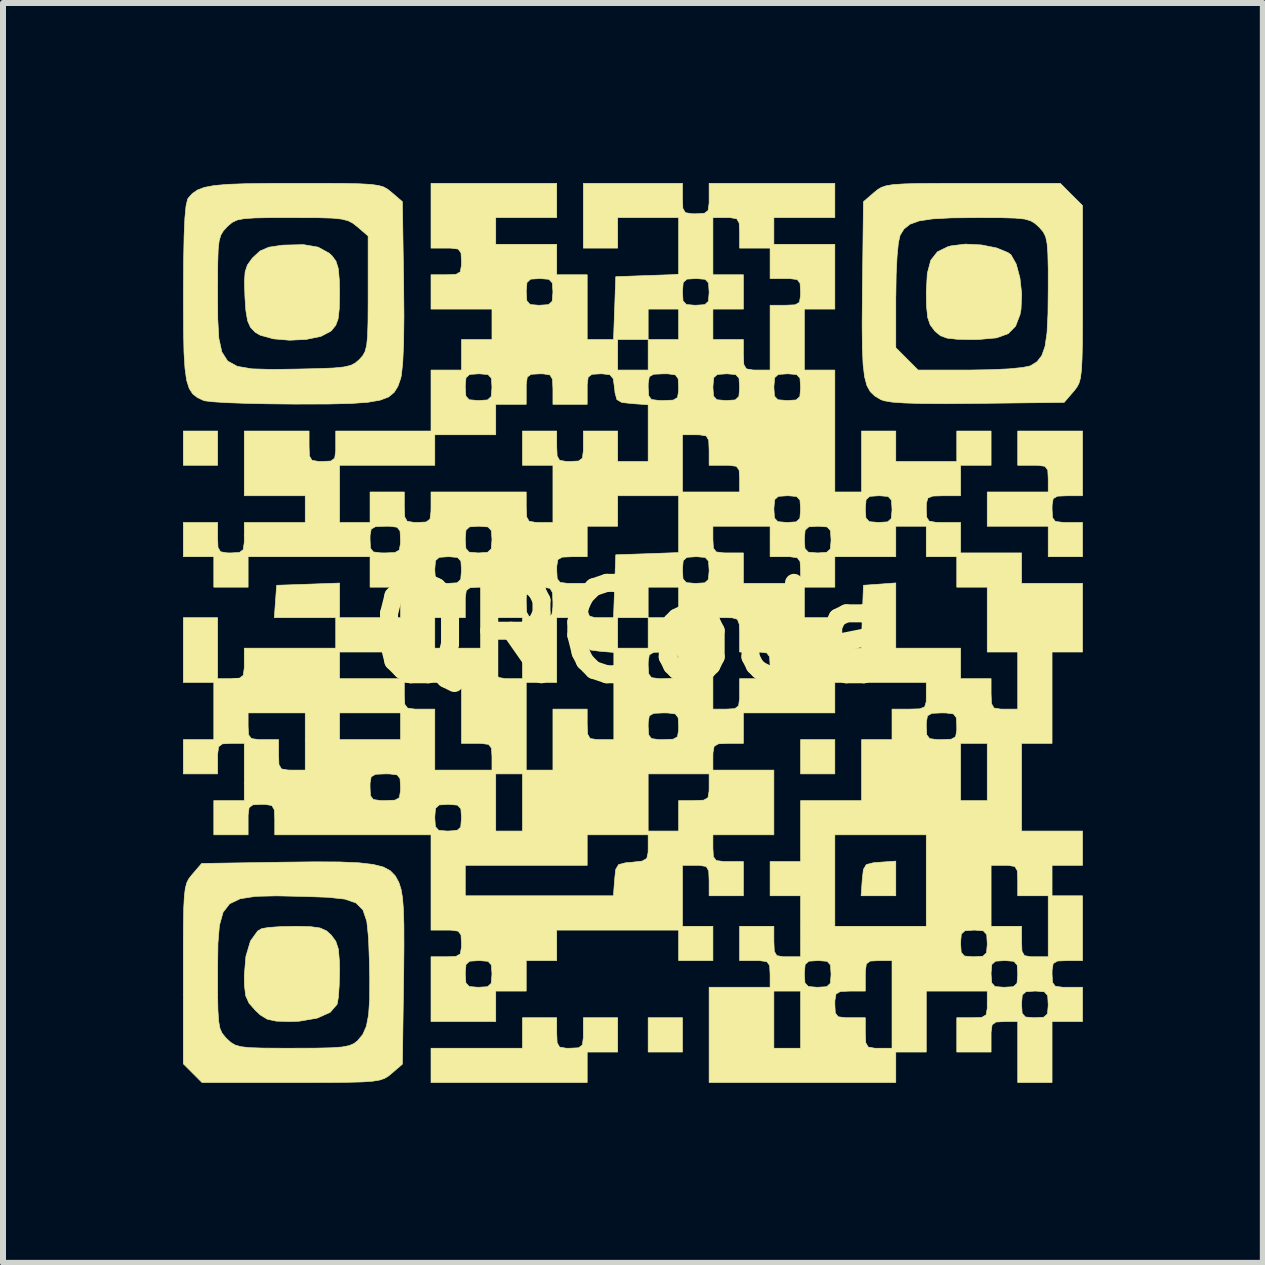
<source format=kicad_pcb>
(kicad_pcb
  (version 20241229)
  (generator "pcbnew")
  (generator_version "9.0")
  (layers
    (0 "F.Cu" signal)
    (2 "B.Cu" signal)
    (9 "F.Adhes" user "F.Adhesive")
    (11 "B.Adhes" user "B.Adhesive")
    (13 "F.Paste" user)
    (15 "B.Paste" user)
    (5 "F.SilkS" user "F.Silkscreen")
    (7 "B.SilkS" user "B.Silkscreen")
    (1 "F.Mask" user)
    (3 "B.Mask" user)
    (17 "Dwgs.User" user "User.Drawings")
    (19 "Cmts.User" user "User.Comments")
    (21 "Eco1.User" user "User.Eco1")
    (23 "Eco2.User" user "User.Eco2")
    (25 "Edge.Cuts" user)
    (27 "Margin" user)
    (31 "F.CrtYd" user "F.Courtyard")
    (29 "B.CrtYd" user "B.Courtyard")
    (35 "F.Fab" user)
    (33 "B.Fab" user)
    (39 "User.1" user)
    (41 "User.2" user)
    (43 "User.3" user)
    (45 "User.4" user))
  (footprint "QRCode"
    (layer "F.Cu")
    (at 7.498 7.498)
    (property "Reference" "QRCode" (at 0 0 0) (layer "F.SilkS") (effects (font (size 1.524 1.524) (thickness 0.3))))
    (attr through_hole)
    (fp_poly (pts (xy -6.921 -2.794) (xy -7.493 -2.794) (xy -7.493 -3.365) (xy -6.921 -3.365) (xy -6.921 -2.794)) (stroke (width 0.01) (type solid)) (fill yes) (layer "F.SilkS"))
    (fp_poly (pts (xy 0.826 6.985) (xy 0.254 6.985) (xy 0.254 6.413) (xy 0.826 6.413) (xy 0.826 6.985)) (stroke (width 0.01) (type solid)) (fill yes) (layer "F.SilkS"))
    (fp_poly (pts (xy 3.365 2.349) (xy 2.794 2.349) (xy 2.794 1.778) (xy 3.365 1.778) (xy 3.365 2.349)) (stroke (width 0.01) (type solid)) (fill yes) (layer "F.SilkS"))
    (fp_poly (pts (xy 4.381 4.381) (xy 3.803 4.381) (xy 3.822 4.112) (xy 3.841 3.942) (xy 3.889 3.861) (xy 4.004 3.831) (xy 4.112 3.822) (xy 4.381 3.803) (xy 4.381 4.381)) (stroke (width 0.01) (type solid)) (fill yes) (layer "F.SilkS"))
    (fp_poly (pts (xy -1.27 6.668) (xy -1.263 6.83) (xy -1.222 6.902) (xy -1.113 6.921) (xy -1.048 6.921) (xy -0.905 6.914) (xy -0.842 6.866) (xy -0.826 6.742) (xy -0.826 6.668) (xy -0.826 6.413) (xy -0.254 6.413) (xy -0.254 6.985) (xy -0.762 6.985) (xy -0.762 7.493) (xy -3.365 7.493) (xy -3.365 6.921) (xy -1.841 6.921) (xy -1.841 6.413) (xy -1.27 6.413) (xy -1.27 6.668)) (stroke (width 0.01) (type solid)) (fill yes) (layer "F.SilkS"))
    (fp_poly (pts (xy 7.493 -2.286) (xy 7.239 -2.286) (xy 7.076 -2.279) (xy 7.004 -2.238) (xy 6.986 -2.129) (xy 6.985 -2.064) (xy 6.993 -1.921) (xy 7.04 -1.858) (xy 7.164 -1.842) (xy 7.239 -1.841) (xy 7.493 -1.841) (xy 7.493 -1.27) (xy 6.921 -1.27) (xy 6.921 -1.778) (xy 5.905 -1.778) (xy 5.905 -2.349) (xy 6.921 -2.349) (xy 6.921 -2.572) (xy 6.914 -2.714) (xy 6.866 -2.777) (xy 6.742 -2.794) (xy 6.668 -2.794) (xy 6.413 -2.794) (xy 6.413 -3.365) (xy 7.493 -3.365) (xy 7.493 -2.286)) (stroke (width 0.01) (type solid)) (fill yes) (layer "F.SilkS"))
    (fp_poly (pts (xy 5.809 -6.466) (xy 6.061 -6.416) (xy 6.251 -6.338) (xy 6.301 -6.301) (xy 6.388 -6.147) (xy 6.45 -5.915) (xy 6.479 -5.648) (xy 6.468 -5.393) (xy 6.451 -5.304) (xy 6.377 -5.112) (xy 6.254 -4.987) (xy 6.059 -4.917) (xy 5.769 -4.891) (xy 5.663 -4.889) (xy 5.403 -4.894) (xy 5.235 -4.913) (xy 5.126 -4.953) (xy 5.039 -5.024) (xy 5.028 -5.036) (xy 4.955 -5.133) (xy 4.913 -5.255) (xy 4.894 -5.436) (xy 4.889 -5.671) (xy 4.906 -5.991) (xy 4.964 -6.21) (xy 5.074 -6.351) (xy 5.25 -6.437) (xy 5.304 -6.451) (xy 5.541 -6.48) (xy 5.809 -6.466)) (stroke (width 0.01) (type solid)) (fill yes) (layer "F.SilkS"))
    (fp_poly (pts (xy -5.375 4.895) (xy -5.215 4.917) (xy -5.107 4.965) (xy -5.028 5.036) (xy -4.952 5.139) (xy -4.909 5.269) (xy -4.892 5.465) (xy -4.889 5.635) (xy -4.895 5.874) (xy -4.909 6.073) (xy -4.929 6.187) (xy -4.929 6.188) (xy -5.045 6.323) (xy -5.263 6.42) (xy -5.561 6.471) (xy -5.717 6.477) (xy -5.945 6.47) (xy -6.094 6.438) (xy -6.211 6.366) (xy -6.291 6.291) (xy -6.397 6.171) (xy -6.453 6.048) (xy -6.474 5.876) (xy -6.477 5.717) (xy -6.45 5.39) (xy -6.373 5.133) (xy -6.254 4.968) (xy -6.188 4.929) (xy -6.076 4.909) (xy -5.879 4.895) (xy -5.638 4.89) (xy -5.626 4.889) (xy -5.375 4.895)) (stroke (width 0.01) (type solid)) (fill yes) (layer "F.SilkS"))
    (fp_poly (pts (xy -5.246 -6.429) (xy -5.065 -6.33) (xy -5.015 -6.285) (xy -4.949 -6.196) (xy -4.91 -6.072) (xy -4.893 -5.88) (xy -4.889 -5.663) (xy -4.894 -5.403) (xy -4.913 -5.235) (xy -4.953 -5.126) (xy -5.024 -5.039) (xy -5.036 -5.028) (xy -5.2 -4.942) (xy -5.443 -4.892) (xy -5.721 -4.878) (xy -5.992 -4.901) (xy -6.212 -4.962) (xy -6.294 -5.01) (xy -6.373 -5.092) (xy -6.422 -5.203) (xy -6.451 -5.377) (xy -6.466 -5.602) (xy -6.474 -5.853) (xy -6.463 -6.017) (xy -6.425 -6.131) (xy -6.351 -6.235) (xy -6.335 -6.254) (xy -6.215 -6.365) (xy -6.069 -6.428) (xy -5.849 -6.461) (xy -5.824 -6.463) (xy -5.49 -6.471) (xy -5.246 -6.429)) (stroke (width 0.01) (type solid)) (fill yes) (layer "F.SilkS"))
    (fp_poly (pts (xy 7.307 -7.307) (xy 7.493 -7.122) (xy 7.493 -5.66) (xy 7.493 -5.193) (xy 7.491 -4.835) (xy 7.485 -4.57) (xy 7.475 -4.381) (xy 7.459 -4.25) (xy 7.434 -4.161) (xy 7.399 -4.095) (xy 7.354 -4.036) (xy 7.34 -4.02) (xy 7.187 -3.842) (xy 5.736 -3.825) (xy 5.223 -3.821) (xy 4.824 -3.823) (xy 4.526 -3.832) (xy 4.316 -3.847) (xy 4.182 -3.87) (xy 4.129 -3.89) (xy 4.031 -3.948) (xy 3.956 -4.02) (xy 3.9 -4.121) (xy 3.861 -4.267) (xy 3.836 -4.474) (xy 3.824 -4.757) (xy 3.82 -5.133) (xy 3.824 -5.612) (xy 4.381 -5.612) (xy 4.381 -4.753) (xy 4.567 -4.567) (xy 4.753 -4.381) (xy 5.612 -4.381) (xy 5.965 -4.387) (xy 6.269 -4.401) (xy 6.497 -4.424) (xy 6.625 -4.451) (xy 6.626 -4.452) (xy 6.735 -4.52) (xy 6.814 -4.621) (xy 6.868 -4.774) (xy 6.901 -4.999) (xy 6.917 -5.314) (xy 6.921 -5.721) (xy 6.921 -6.074) (xy 6.915 -6.324) (xy 6.902 -6.493) (xy 6.878 -6.605) (xy 6.839 -6.682) (xy 6.782 -6.749) (xy 6.766 -6.766) (xy 6.698 -6.827) (xy 6.625 -6.87) (xy 6.524 -6.898) (xy 6.371 -6.913) (xy 6.143 -6.92) (xy 5.816 -6.921) (xy 5.721 -6.921) (xy 5.302 -6.917) (xy 4.99 -6.9) (xy 4.768 -6.866) (xy 4.617 -6.811) (xy 4.517 -6.731) (xy 4.452 -6.626) (xy 4.424 -6.5) (xy 4.402 -6.273) (xy 4.387 -5.971) (xy 4.382 -5.618) (xy 4.381 -5.612) (xy 3.824 -5.612) (xy 3.824 -5.616) (xy 3.825 -5.736) (xy 3.842 -7.187) (xy 4.02 -7.34) (xy 4.08 -7.389) (xy 4.142 -7.426) (xy 4.224 -7.453) (xy 4.342 -7.472) (xy 4.515 -7.483) (xy 4.758 -7.49) (xy 5.09 -7.492) (xy 5.527 -7.493) (xy 5.66 -7.493) (xy 7.122 -7.493) (xy 7.307 -7.307)) (stroke (width 0.01) (type solid)) (fill yes) (layer "F.SilkS"))
    (fp_poly (pts (xy -4.888 3.817) (xy -4.568 3.831) (xy -4.331 3.858) (xy -4.161 3.901) (xy -4.043 3.964) (xy -3.961 4.048) (xy -3.902 4.157) (xy -3.896 4.172) (xy -3.864 4.273) (xy -3.84 4.412) (xy -3.825 4.604) (xy -3.817 4.869) (xy -3.816 5.223) (xy -3.82 5.682) (xy -3.822 5.792) (xy -3.842 7.187) (xy -4.02 7.34) (xy -4.079 7.388) (xy -4.141 7.425) (xy -4.222 7.452) (xy -4.339 7.471) (xy -4.509 7.483) (xy -4.749 7.489) (xy -5.077 7.492) (xy -5.509 7.493) (xy -5.69 7.493) (xy -7.181 7.493) (xy -7.337 7.337) (xy -7.493 7.181) (xy -7.493 5.69) (xy -7.493 5.666) (xy -6.921 5.666) (xy -6.921 6.032) (xy -6.916 6.292) (xy -6.904 6.471) (xy -6.883 6.589) (xy -6.848 6.669) (xy -6.796 6.734) (xy -6.766 6.766) (xy -6.7 6.826) (xy -6.63 6.868) (xy -6.532 6.896) (xy -6.385 6.912) (xy -6.166 6.919) (xy -5.853 6.921) (xy -5.666 6.921) (xy -5.296 6.92) (xy -5.032 6.914) (xy -4.85 6.901) (xy -4.729 6.878) (xy -4.648 6.843) (xy -4.587 6.795) (xy -4.502 6.692) (xy -4.442 6.555) (xy -4.405 6.363) (xy -4.387 6.097) (xy -4.386 5.736) (xy -4.392 5.471) (xy -4.406 5.084) (xy -4.435 4.806) (xy -4.499 4.617) (xy -4.615 4.5) (xy -4.802 4.436) (xy -5.079 4.406) (xy -5.464 4.392) (xy -5.471 4.392) (xy -5.936 4.382) (xy -6.289 4.39) (xy -6.545 4.43) (xy -6.721 4.514) (xy -6.831 4.657) (xy -6.891 4.873) (xy -6.916 5.173) (xy -6.921 5.573) (xy -6.921 5.666) (xy -7.493 5.666) (xy -7.493 5.217) (xy -7.491 4.855) (xy -7.486 4.585) (xy -7.476 4.392) (xy -7.46 4.258) (xy -7.436 4.166) (xy -7.403 4.1) (xy -7.358 4.042) (xy -7.34 4.02) (xy -7.187 3.842) (xy -5.832 3.821) (xy -5.304 3.815) (xy -4.888 3.817)) (stroke (width 0.01) (type solid)) (fill yes) (layer "F.SilkS"))
    (fp_poly (pts (xy -5.166 -7.493) (xy -4.814 -7.491) (xy -4.554 -7.485) (xy -4.37 -7.475) (xy -4.242 -7.457) (xy -4.155 -7.432) (xy -4.09 -7.396) (xy -4.03 -7.348) (xy -4.02 -7.34) (xy -3.842 -7.187) (xy -3.821 -5.832) (xy -3.816 -5.286) (xy -3.821 -4.843) (xy -3.836 -4.509) (xy -3.859 -4.293) (xy -3.871 -4.239) (xy -3.917 -4.109) (xy -3.98 -4.008) (xy -4.073 -3.932) (xy -4.214 -3.879) (xy -4.416 -3.844) (xy -4.696 -3.824) (xy -5.069 -3.815) (xy -5.55 -3.814) (xy -5.664 -3.814) (xy -6.074 -3.818) (xy -6.446 -3.826) (xy -6.761 -3.837) (xy -6.998 -3.852) (xy -7.134 -3.868) (xy -7.153 -3.873) (xy -7.256 -3.921) (xy -7.336 -3.983) (xy -7.395 -4.075) (xy -7.438 -4.211) (xy -7.465 -4.408) (xy -7.482 -4.68) (xy -7.489 -5.044) (xy -7.491 -5.514) (xy -7.491 -5.667) (xy -6.921 -5.667) (xy -6.919 -5.234) (xy -6.901 -4.911) (xy -6.851 -4.682) (xy -6.754 -4.531) (xy -6.592 -4.442) (xy -6.35 -4.401) (xy -6.013 -4.391) (xy -5.605 -4.397) (xy -5.247 -4.405) (xy -4.992 -4.415) (xy -4.819 -4.432) (xy -4.705 -4.458) (xy -4.627 -4.498) (xy -4.561 -4.554) (xy -4.558 -4.558) (xy -4.502 -4.62) (xy -4.463 -4.692) (xy -4.437 -4.795) (xy -4.422 -4.951) (xy -4.415 -5.183) (xy -4.413 -5.511) (xy -4.413 -5.659) (xy -4.413 -6.615) (xy -4.591 -6.768) (xy -4.667 -6.828) (xy -4.748 -6.87) (xy -4.856 -6.897) (xy -5.014 -6.913) (xy -5.247 -6.92) (xy -5.577 -6.921) (xy -5.69 -6.921) (xy -6.05 -6.921) (xy -6.306 -6.916) (xy -6.48 -6.904) (xy -6.596 -6.881) (xy -6.675 -6.844) (xy -6.74 -6.791) (xy -6.766 -6.766) (xy -6.826 -6.7) (xy -6.868 -6.63) (xy -6.896 -6.532) (xy -6.912 -6.385) (xy -6.919 -6.166) (xy -6.921 -5.853) (xy -6.921 -5.667) (xy -7.491 -5.667) (xy -7.491 -5.682) (xy -7.488 -6.207) (xy -7.48 -6.615) (xy -7.467 -6.914) (xy -7.448 -7.114) (xy -7.422 -7.225) (xy -7.412 -7.245) (xy -7.343 -7.322) (xy -7.258 -7.381) (xy -7.142 -7.425) (xy -6.978 -7.456) (xy -6.749 -7.476) (xy -6.438 -7.487) (xy -6.031 -7.492) (xy -5.627 -7.493) (xy -5.166 -7.493)) (stroke (width 0.01) (type solid)) (fill yes) (layer "F.SilkS"))
    (fp_poly (pts (xy -1.27 -6.921) (xy -2.286 -6.921) (xy -2.286 -6.477) (xy -1.27 -6.477) (xy -1.27 -5.969) (xy -0.762 -5.969) (xy -0.762 -4.889) (xy -0.323 -4.889) (xy -0.254 -4.889) (xy -0.254 -4.381) (xy 0.254 -4.381) (xy 0.254 -4.889) (xy -0.254 -4.889) (xy -0.323 -4.889) (xy -0.305 -5.397) (xy 0.254 -5.397) (xy 0.254 -4.889) (xy 0.762 -4.889) (xy 0.762 -5.397) (xy 0.254 -5.397) (xy -0.305 -5.397) (xy -0.304 -5.413) (xy -0.295 -5.683) (xy 0.826 -5.683) (xy 0.835 -5.534) (xy 0.891 -5.473) (xy 1.031 -5.461) (xy 1.048 -5.461) (xy 1.197 -5.471) (xy 1.258 -5.526) (xy 1.27 -5.666) (xy 1.27 -5.683) (xy 1.26 -5.832) (xy 1.205 -5.893) (xy 1.065 -5.905) (xy 1.048 -5.905) (xy 0.899 -5.896) (xy 0.838 -5.84) (xy 0.826 -5.7) (xy 0.826 -5.683) (xy -0.295 -5.683) (xy -0.286 -5.937) (xy 0.238 -5.956) (xy 0.762 -5.974) (xy 0.762 -6.921) (xy 1.333 -6.921) (xy 1.333 -5.969) (xy 1.841 -5.969) (xy 1.841 -5.397) (xy 1.333 -5.397) (xy 1.333 -4.889) (xy 1.841 -4.889) (xy 1.841 -4.636) (xy 1.848 -4.473) (xy 1.89 -4.401) (xy 1.998 -4.382) (xy 2.064 -4.381) (xy 2.286 -4.381) (xy 2.286 -5.461) (xy 2.54 -5.461) (xy 2.703 -5.468) (xy 2.775 -5.509) (xy 2.793 -5.618) (xy 2.794 -5.683) (xy 2.786 -5.826) (xy 2.739 -5.889) (xy 2.615 -5.905) (xy 2.54 -5.905) (xy 2.286 -5.905) (xy 2.286 -6.413) (xy 1.778 -6.413) (xy 1.778 -6.668) (xy 1.771 -6.83) (xy 1.73 -6.902) (xy 1.621 -6.921) (xy 1.556 -6.921) (xy 1.333 -6.921) (xy 0.762 -6.921) (xy -0.254 -6.921) (xy -0.254 -6.413) (xy -0.826 -6.413) (xy -0.826 -7.493) (xy 0.826 -7.493) (xy 0.826 -7.239) (xy 0.832 -7.076) (xy 0.874 -7.004) (xy 0.982 -6.986) (xy 1.048 -6.985) (xy 1.19 -6.993) (xy 1.253 -7.04) (xy 1.27 -7.164) (xy 1.27 -7.239) (xy 1.27 -7.493) (xy 3.365 -7.493) (xy 3.365 -6.921) (xy 2.349 -6.921) (xy 2.349 -6.477) (xy 3.365 -6.477) (xy 3.365 -5.397) (xy 2.857 -5.397) (xy 2.857 -4.381) (xy 3.365 -4.381) (xy 3.365 -2.349) (xy 3.81 -2.349) (xy 3.81 -3.365) (xy 4.381 -3.365) (xy 4.381 -2.857) (xy 5.397 -2.857) (xy 5.397 -3.365) (xy 5.969 -3.365) (xy 5.969 -2.794) (xy 5.461 -2.794) (xy 5.461 -2.286) (xy 5.175 -2.286) (xy 5 -2.281) (xy 4.917 -2.249) (xy 4.891 -2.163) (xy 4.889 -2.064) (xy 4.896 -1.927) (xy 4.937 -1.863) (xy 5.048 -1.843) (xy 5.175 -1.841) (xy 5.461 -1.841) (xy 5.461 -1.333) (xy 6.477 -1.333) (xy 6.477 -0.826) (xy 7.493 -0.826) (xy 7.493 0.318) (xy 6.985 0.318) (xy 6.985 1.841) (xy 6.477 1.841) (xy 6.477 3.302) (xy 7.493 3.302) (xy 7.493 3.873) (xy 6.985 3.873) (xy 6.985 4.381) (xy 7.493 4.381) (xy 7.493 5.461) (xy 7.239 5.461) (xy 7.076 5.468) (xy 7.004 5.509) (xy 6.986 5.618) (xy 6.985 5.683) (xy 6.993 5.826) (xy 7.04 5.889) (xy 7.164 5.905) (xy 7.239 5.905) (xy 7.493 5.905) (xy 7.493 6.477) (xy 6.985 6.477) (xy 6.985 7.493) (xy 6.413 7.493) (xy 6.413 6.477) (xy 6.191 6.477) (xy 6.049 6.485) (xy 5.986 6.532) (xy 5.969 6.656) (xy 5.969 6.731) (xy 5.969 6.985) (xy 5.397 6.985) (xy 5.397 6.413) (xy 5.652 6.413) (xy 5.814 6.407) (xy 5.886 6.365) (xy 5.905 6.257) (xy 5.905 6.191) (xy 6.477 6.191) (xy 6.487 6.34) (xy 6.542 6.401) (xy 6.682 6.413) (xy 6.699 6.413) (xy 6.848 6.404) (xy 6.909 6.348) (xy 6.921 6.208) (xy 6.921 6.191) (xy 6.912 6.042) (xy 6.856 5.981) (xy 6.716 5.969) (xy 6.699 5.969) (xy 6.55 5.979) (xy 6.489 6.034) (xy 6.477 6.174) (xy 6.477 6.191) (xy 5.905 6.191) (xy 5.905 5.969) (xy 4.889 5.969) (xy 4.889 6.985) (xy 4.381 6.985) (xy 4.381 7.493) (xy 1.27 7.493) (xy 1.27 5.969) (xy 2.349 5.969) (xy 2.349 6.921) (xy 2.794 6.921) (xy 2.794 6.191) (xy 3.365 6.191) (xy 3.373 6.334) (xy 3.421 6.397) (xy 3.545 6.413) (xy 3.619 6.413) (xy 3.873 6.413) (xy 3.873 6.668) (xy 3.88 6.83) (xy 3.922 6.902) (xy 4.03 6.921) (xy 4.096 6.921) (xy 4.318 6.921) (xy 4.318 5.683) (xy 5.969 5.683) (xy 5.979 5.832) (xy 6.034 5.893) (xy 6.174 5.905) (xy 6.191 5.905) (xy 6.34 5.896) (xy 6.401 5.84) (xy 6.413 5.7) (xy 6.413 5.683) (xy 6.404 5.534) (xy 6.348 5.473) (xy 6.208 5.461) (xy 6.191 5.461) (xy 6.042 5.471) (xy 5.981 5.526) (xy 5.969 5.666) (xy 5.969 5.683) (xy 4.318 5.683) (xy 4.318 5.461) (xy 4.096 5.461) (xy 3.953 5.469) (xy 3.89 5.516) (xy 3.874 5.64) (xy 3.873 5.715) (xy 3.873 5.969) (xy 3.619 5.969) (xy 3.457 5.976) (xy 3.385 6.017) (xy 3.366 6.126) (xy 3.365 6.191) (xy 2.794 6.191) (xy 2.794 5.969) (xy 2.349 5.969) (xy 1.27 5.969) (xy 1.27 5.905) (xy 2.286 5.905) (xy 2.286 5.683) (xy 2.857 5.683) (xy 2.867 5.832) (xy 2.923 5.893) (xy 3.063 5.905) (xy 3.08 5.905) (xy 3.229 5.896) (xy 3.29 5.84) (xy 3.302 5.7) (xy 3.302 5.683) (xy 3.292 5.534) (xy 3.237 5.473) (xy 3.097 5.461) (xy 3.08 5.461) (xy 2.931 5.471) (xy 2.87 5.526) (xy 2.858 5.666) (xy 2.857 5.683) (xy 2.286 5.683) (xy 2.278 5.541) (xy 2.231 5.478) (xy 2.107 5.461) (xy 2.032 5.461) (xy 1.778 5.461) (xy 1.778 4.889) (xy 2.349 4.889) (xy 2.349 5.144) (xy 2.356 5.306) (xy 2.398 5.378) (xy 2.506 5.397) (xy 2.572 5.397) (xy 2.794 5.397) (xy 2.794 5.175) (xy 5.461 5.175) (xy 5.471 5.324) (xy 5.526 5.385) (xy 5.666 5.397) (xy 5.683 5.397) (xy 5.832 5.388) (xy 5.893 5.332) (xy 5.905 5.192) (xy 5.905 5.175) (xy 5.896 5.026) (xy 5.84 4.965) (xy 5.7 4.953) (xy 5.683 4.953) (xy 5.534 4.963) (xy 5.473 5.018) (xy 5.461 5.158) (xy 5.461 5.175) (xy 2.794 5.175) (xy 2.794 4.381) (xy 2.286 4.381) (xy 2.286 3.81) (xy 2.794 3.81) (xy 2.794 3.365) (xy 3.365 3.365) (xy 3.365 4.889) (xy 4.889 4.889) (xy 4.889 3.873) (xy 5.969 3.873) (xy 5.969 4.889) (xy 6.477 4.889) (xy 6.477 5.144) (xy 6.484 5.306) (xy 6.525 5.378) (xy 6.634 5.397) (xy 6.699 5.397) (xy 6.921 5.397) (xy 6.921 4.381) (xy 6.413 4.381) (xy 6.413 4.128) (xy 6.407 3.965) (xy 6.365 3.893) (xy 6.257 3.874) (xy 6.191 3.873) (xy 5.969 3.873) (xy 4.889 3.873) (xy 4.889 3.365) (xy 3.365 3.365) (xy 2.794 3.365) (xy 2.794 2.794) (xy 3.81 2.794) (xy 3.81 1.841) (xy 5.461 1.841) (xy 5.461 2.794) (xy 5.905 2.794) (xy 5.905 1.841) (xy 5.461 1.841) (xy 3.81 1.841) (xy 3.81 1.778) (xy 4.318 1.778) (xy 4.318 1.556) (xy 4.889 1.556) (xy 4.897 1.698) (xy 4.945 1.761) (xy 5.069 1.778) (xy 5.144 1.778) (xy 5.306 1.771) (xy 5.378 1.73) (xy 5.397 1.621) (xy 5.397 1.556) (xy 5.39 1.413) (xy 5.342 1.35) (xy 5.218 1.334) (xy 5.144 1.333) (xy 4.981 1.34) (xy 4.909 1.382) (xy 4.89 1.49) (xy 4.889 1.556) (xy 4.318 1.556) (xy 4.318 1.27) (xy 4.604 1.27) (xy 4.779 1.265) (xy 4.862 1.233) (xy 4.888 1.147) (xy 4.889 1.048) (xy 4.889 0.826) (xy 3.365 0.826) (xy 3.365 1.333) (xy 1.841 1.333) (xy 1.841 1.841) (xy 1.587 1.841) (xy 1.425 1.848) (xy 1.353 1.89) (xy 1.334 1.998) (xy 1.333 2.064) (xy 1.333 2.286) (xy 2.349 2.286) (xy 2.349 3.365) (xy 1.333 3.365) (xy 1.333 3.588) (xy 1.341 3.73) (xy 1.389 3.793) (xy 1.513 3.81) (xy 1.587 3.81) (xy 1.841 3.81) (xy 1.841 4.381) (xy 1.27 4.381) (xy 1.27 4.128) (xy 1.263 3.965) (xy 1.222 3.893) (xy 1.113 3.874) (xy 1.048 3.873) (xy 0.826 3.873) (xy 0.826 4.889) (xy 1.333 4.889) (xy 1.333 5.461) (xy 0.762 5.461) (xy 0.762 4.953) (xy -1.27 4.953) (xy -1.27 5.461) (xy -1.778 5.461) (xy -1.778 5.969) (xy -2.286 5.969) (xy -2.286 6.477) (xy -3.365 6.477) (xy -3.365 5.683) (xy -2.794 5.683) (xy -2.784 5.832) (xy -2.729 5.893) (xy -2.589 5.905) (xy -2.572 5.905) (xy -2.423 5.896) (xy -2.362 5.84) (xy -2.35 5.7) (xy -2.349 5.683) (xy -2.359 5.534) (xy -2.415 5.473) (xy -2.555 5.461) (xy -2.572 5.461) (xy -2.721 5.471) (xy -2.782 5.526) (xy -2.794 5.666) (xy -2.794 5.683) (xy -3.365 5.683) (xy -3.365 5.397) (xy -3.111 5.397) (xy -2.949 5.391) (xy -2.877 5.349) (xy -2.858 5.241) (xy -2.857 5.175) (xy -2.865 5.033) (xy -2.913 4.97) (xy -3.037 4.953) (xy -3.111 4.953) (xy -3.365 4.953) (xy -3.365 3.873) (xy -2.794 3.873) (xy -2.794 4.381) (xy -0.325 4.381) (xy -0.305 4.112) (xy -0.287 3.942) (xy -0.239 3.861) (xy -0.123 3.831) (xy -0.016 3.822) (xy 0.153 3.803) (xy 0.231 3.759) (xy 0.253 3.658) (xy 0.254 3.584) (xy 0.254 3.365) (xy -0.762 3.365) (xy -0.762 3.873) (xy -2.794 3.873) (xy -3.365 3.873) (xy -3.365 3.365) (xy -5.969 3.365) (xy -5.969 3.111) (xy -5.97 3.08) (xy -3.302 3.08) (xy -3.292 3.229) (xy -3.237 3.29) (xy -3.097 3.302) (xy -3.08 3.302) (xy -2.931 3.292) (xy -2.87 3.237) (xy -2.858 3.097) (xy -2.857 3.08) (xy -2.867 2.931) (xy -2.923 2.87) (xy -3.063 2.858) (xy -3.08 2.857) (xy -3.229 2.867) (xy -3.29 2.923) (xy -3.302 3.063) (xy -3.302 3.08) (xy -5.97 3.08) (xy -5.976 2.949) (xy -6.017 2.877) (xy -6.126 2.858) (xy -6.191 2.857) (xy -6.334 2.865) (xy -6.397 2.913) (xy -6.413 3.037) (xy -6.413 3.111) (xy -6.413 3.365) (xy -6.985 3.365) (xy -6.985 2.794) (xy -6.477 2.794) (xy -6.477 2.572) (xy -4.381 2.572) (xy -4.374 2.714) (xy -4.326 2.777) (xy -4.202 2.794) (xy -4.128 2.794) (xy -3.965 2.787) (xy -3.893 2.746) (xy -3.874 2.637) (xy -3.873 2.572) (xy -3.881 2.429) (xy -3.929 2.366) (xy -4.053 2.35) (xy -4.128 2.349) (xy -2.286 2.349) (xy -2.286 3.302) (xy -1.841 3.302) (xy -1.841 2.349) (xy 0.254 2.349) (xy 0.254 3.302) (xy 0.762 3.302) (xy 0.762 2.794) (xy 1.016 2.794) (xy 1.179 2.787) (xy 1.251 2.746) (xy 1.269 2.637) (xy 1.27 2.572) (xy 1.27 2.349) (xy 0.254 2.349) (xy -1.841 2.349) (xy -2.286 2.349) (xy -4.128 2.349) (xy -4.29 2.356) (xy -4.362 2.398) (xy -4.381 2.506) (xy -4.381 2.572) (xy -6.477 2.572) (xy -6.477 1.841) (xy -6.699 1.841) (xy -6.842 1.849) (xy -6.905 1.897) (xy -6.921 2.021) (xy -6.921 2.095) (xy -6.921 2.349) (xy -7.493 2.349) (xy -7.493 1.778) (xy -6.985 1.778) (xy -6.985 1.333) (xy -6.413 1.333) (xy -6.413 1.556) (xy -6.406 1.698) (xy -6.358 1.761) (xy -6.234 1.778) (xy -6.16 1.778) (xy -5.905 1.778) (xy -5.905 2.032) (xy -5.899 2.195) (xy -5.857 2.267) (xy -5.749 2.285) (xy -5.683 2.286) (xy -5.461 2.286) (xy -5.461 1.333) (xy -4.889 1.333) (xy -4.889 1.778) (xy -3.873 1.778) (xy -3.873 1.333) (xy -4.889 1.333) (xy -5.461 1.333) (xy -6.413 1.333) (xy -6.985 1.333) (xy -6.985 0.826) (xy -3.81 0.826) (xy -3.81 1.048) (xy -3.802 1.19) (xy -3.755 1.253) (xy -3.631 1.27) (xy -3.556 1.27) (xy -3.302 1.27) (xy -3.302 2.286) (xy -2.349 2.286) (xy -2.349 2.064) (xy -2.357 1.921) (xy -2.405 1.858) (xy -2.529 1.842) (xy -2.603 1.841) (xy -2.857 1.841) (xy -2.857 0.826) (xy -1.778 0.826) (xy -1.778 2.286) (xy -1.333 2.286) (xy -1.333 1.27) (xy -0.762 1.27) (xy -0.762 1.524) (xy -0.755 1.687) (xy -0.714 1.759) (xy -0.605 1.777) (xy -0.54 1.778) (xy -0.318 1.778) (xy -0.318 1.556) (xy 0.254 1.556) (xy 0.262 1.698) (xy 0.309 1.761) (xy 0.433 1.778) (xy 0.508 1.778) (xy 0.671 1.771) (xy 0.743 1.73) (xy 0.761 1.621) (xy 0.762 1.556) (xy 0.754 1.413) (xy 0.707 1.35) (xy 0.583 1.334) (xy 0.508 1.333) (xy 0.345 1.34) (xy 0.273 1.382) (xy 0.255 1.49) (xy 0.254 1.556) (xy -0.318 1.556) (xy -0.318 0.54) (xy 0.254 0.54) (xy 0.262 0.682) (xy 0.309 0.745) (xy 0.433 0.762) (xy 0.508 0.762) (xy 0.671 0.755) (xy 0.743 0.714) (xy 0.761 0.605) (xy 0.762 0.54) (xy 0.754 0.397) (xy 0.707 0.334) (xy 0.583 0.318) (xy 0.508 0.318) (xy 0.345 0.324) (xy 0.273 0.366) (xy 0.255 0.474) (xy 0.254 0.54) (xy -0.318 0.54) (xy -0.318 0.325) (xy -0.556 0.305) (xy -0.706 0.285) (xy -0.778 0.232) (xy -0.806 0.108) (xy -0.813 0.016) (xy -0.832 -0.153) (xy -0.876 -0.231) (xy -0.977 -0.253) (xy -1.051 -0.254) (xy -1.27 -0.254) (xy -1.27 0.826) (xy -1.778 0.826) (xy -2.857 0.826) (xy -3.81 0.826) (xy -6.985 0.826) (xy -7.493 0.826) (xy -7.493 -0.254) (xy -6.921 -0.254) (xy -6.921 0.762) (xy -6.699 0.762) (xy -6.557 0.754) (xy -6.494 0.707) (xy -6.477 0.583) (xy -6.477 0.508) (xy -6.477 0.318) (xy -4.889 0.318) (xy -4.889 0.762) (xy -3.873 0.762) (xy -3.873 0.318) (xy -4.889 0.318) (xy -6.477 0.318) (xy -6.477 0.254) (xy -4.953 0.254) (xy -4.953 -0.254) (xy -5.976 -0.254) (xy -5.957 -0.524) (xy -5.937 -0.794) (xy -5.413 -0.812) (xy -4.889 -0.831) (xy -4.889 -0.254) (xy -3.873 -0.254) (xy -3.302 -0.254) (xy -3.302 0.254) (xy -2.286 0.254) (xy -2.286 0.508) (xy -2.279 0.671) (xy -2.238 0.743) (xy -2.129 0.761) (xy -2.064 0.762) (xy -1.841 0.762) (xy -1.841 -0.254) (xy -2.349 -0.254) (xy -2.349 -0.508) (xy -1.778 -0.508) (xy -1.771 -0.345) (xy -1.73 -0.273) (xy -1.621 -0.255) (xy -1.556 -0.254) (xy -1.413 -0.262) (xy -1.35 -0.309) (xy -1.334 -0.433) (xy -1.333 -0.508) (xy -1.34 -0.671) (xy -1.382 -0.743) (xy -1.49 -0.761) (xy -1.556 -0.762) (xy -1.698 -0.754) (xy -1.761 -0.707) (xy -1.778 -0.583) (xy -1.778 -0.508) (xy -2.349 -0.508) (xy -2.356 -0.671) (xy -2.398 -0.743) (xy -2.506 -0.761) (xy -2.572 -0.762) (xy -2.714 -0.754) (xy -2.777 -0.707) (xy -2.794 -0.583) (xy -2.794 -0.508) (xy -2.794 -0.254) (xy -3.302 -0.254) (xy -3.873 -0.254) (xy -3.873 -0.762) (xy -4.381 -0.762) (xy -4.381 -1.048) (xy -3.302 -1.048) (xy -3.292 -0.899) (xy -3.237 -0.838) (xy -3.097 -0.826) (xy -3.08 -0.826) (xy -2.931 -0.835) (xy -2.87 -0.891) (xy -2.858 -1.031) (xy -2.857 -1.048) (xy -1.27 -1.048) (xy -1.262 -0.905) (xy -1.215 -0.842) (xy -1.091 -0.826) (xy -1.016 -0.826) (xy -0.762 -0.826) (xy -0.762 -0.54) (xy -0.757 -0.364) (xy -0.725 -0.281) (xy -0.639 -0.256) (xy -0.542 -0.254) (xy -0.323 -0.254) (xy -0.254 -0.254) (xy -0.254 0.254) (xy 0.254 0.254) (xy 0.254 -0.254) (xy -0.254 -0.254) (xy -0.323 -0.254) (xy -0.305 -0.762) (xy 0.254 -0.762) (xy 0.254 -0.254) (xy 0.762 -0.254) (xy 1.333 -0.254) (xy 1.333 1.27) (xy 1.556 1.27) (xy 1.698 1.262) (xy 1.761 1.215) (xy 1.778 1.091) (xy 1.778 1.016) (xy 1.778 0.762) (xy 2.032 0.762) (xy 2.195 0.755) (xy 2.267 0.714) (xy 2.285 0.605) (xy 2.286 0.54) (xy 2.278 0.397) (xy 2.231 0.334) (xy 2.107 0.318) (xy 2.032 0.318) (xy 1.778 0.318) (xy 1.778 0.032) (xy 1.773 -0.144) (xy 1.741 -0.227) (xy 1.655 -0.252) (xy 1.556 -0.254) (xy 1.333 -0.254) (xy 0.762 -0.254) (xy 0.762 -0.762) (xy 2.857 -0.762) (xy 2.857 -0.254) (xy 3.365 -0.254) (xy 3.365 0) (xy 3.372 0.163) (xy 3.414 0.235) (xy 3.522 0.253) (xy 3.585 0.254) (xy 3.805 0.254) (xy 3.823 -0.27) (xy 3.842 -0.794) (xy 4.112 -0.813) (xy 4.381 -0.833) (xy 4.381 0.254) (xy 5.461 0.254) (xy 5.461 0.762) (xy 5.969 0.762) (xy 5.969 1.016) (xy 5.976 1.179) (xy 6.017 1.251) (xy 6.126 1.269) (xy 6.191 1.27) (xy 6.413 1.27) (xy 6.413 0.318) (xy 5.905 0.318) (xy 5.905 -0.762) (xy 5.397 -0.762) (xy 5.397 -1.27) (xy 4.889 -1.27) (xy 4.889 -1.778) (xy 4.381 -1.778) (xy 4.381 -1.27) (xy 3.365 -1.27) (xy 3.365 -0.762) (xy 2.857 -0.762) (xy 0.762 -0.762) (xy 0.254 -0.762) (xy -0.305 -0.762) (xy -0.304 -0.778) (xy -0.295 -1.048) (xy 0.826 -1.048) (xy 0.835 -0.899) (xy 0.891 -0.838) (xy 1.031 -0.826) (xy 1.048 -0.826) (xy 1.197 -0.835) (xy 1.258 -0.891) (xy 1.27 -1.031) (xy 1.27 -1.048) (xy 1.26 -1.197) (xy 1.205 -1.258) (xy 1.065 -1.27) (xy 1.048 -1.27) (xy 0.899 -1.26) (xy 0.838 -1.205) (xy 0.826 -1.065) (xy 0.826 -1.048) (xy -0.295 -1.048) (xy -0.286 -1.302) (xy 0.238 -1.32) (xy 0.762 -1.339) (xy 0.762 -1.778) (xy 1.333 -1.778) (xy 1.333 -1.556) (xy 1.341 -1.413) (xy 1.389 -1.35) (xy 1.513 -1.334) (xy 1.587 -1.333) (xy 1.841 -1.333) (xy 1.841 -0.826) (xy 2.794 -0.826) (xy 2.794 -1.048) (xy 2.786 -1.19) (xy 2.739 -1.253) (xy 2.615 -1.27) (xy 2.54 -1.27) (xy 2.286 -1.27) (xy 2.286 -1.556) (xy 2.857 -1.556) (xy 2.867 -1.407) (xy 2.923 -1.346) (xy 3.063 -1.334) (xy 3.08 -1.333) (xy 3.229 -1.343) (xy 3.29 -1.399) (xy 3.302 -1.539) (xy 3.302 -1.556) (xy 3.292 -1.705) (xy 3.237 -1.766) (xy 3.097 -1.778) (xy 3.08 -1.778) (xy 2.931 -1.768) (xy 2.87 -1.713) (xy 2.858 -1.573) (xy 2.857 -1.556) (xy 2.286 -1.556) (xy 2.286 -1.778) (xy 1.333 -1.778) (xy 0.762 -1.778) (xy 0.762 -2.064) (xy 2.349 -2.064) (xy 2.359 -1.915) (xy 2.415 -1.854) (xy 2.555 -1.842) (xy 2.572 -1.841) (xy 2.721 -1.851) (xy 2.782 -1.907) (xy 2.794 -2.047) (xy 2.794 -2.064) (xy 3.873 -2.064) (xy 3.883 -1.915) (xy 3.939 -1.854) (xy 4.079 -1.842) (xy 4.096 -1.841) (xy 4.245 -1.851) (xy 4.306 -1.907) (xy 4.318 -2.047) (xy 4.318 -2.064) (xy 4.308 -2.213) (xy 4.253 -2.274) (xy 4.113 -2.286) (xy 4.096 -2.286) (xy 3.947 -2.276) (xy 3.886 -2.221) (xy 3.874 -2.081) (xy 3.873 -2.064) (xy 2.794 -2.064) (xy 2.784 -2.213) (xy 2.729 -2.274) (xy 2.589 -2.286) (xy 2.572 -2.286) (xy 2.423 -2.276) (xy 2.362 -2.221) (xy 2.35 -2.081) (xy 2.349 -2.064) (xy 0.762 -2.064) (xy 0.762 -2.286) (xy -0.254 -2.286) (xy -0.254 -1.778) (xy -0.762 -1.778) (xy -0.762 -1.27) (xy -1.016 -1.27) (xy -1.179 -1.263) (xy -1.251 -1.222) (xy -1.269 -1.113) (xy -1.27 -1.048) (xy -2.857 -1.048) (xy -2.867 -1.197) (xy -2.923 -1.258) (xy -3.063 -1.27) (xy -3.08 -1.27) (xy -3.229 -1.26) (xy -3.29 -1.205) (xy -3.302 -1.065) (xy -3.302 -1.048) (xy -4.381 -1.048) (xy -4.381 -1.27) (xy -6.413 -1.27) (xy -6.413 -0.762) (xy -6.985 -0.762) (xy -6.985 -1.27) (xy -7.493 -1.27) (xy -7.493 -1.841) (xy -6.921 -1.841) (xy -6.921 -1.587) (xy -6.915 -1.425) (xy -6.873 -1.353) (xy -6.765 -1.334) (xy -6.699 -1.333) (xy -6.557 -1.341) (xy -6.494 -1.389) (xy -6.477 -1.513) (xy -6.477 -1.556) (xy -4.381 -1.556) (xy -4.374 -1.413) (xy -4.326 -1.35) (xy -4.202 -1.334) (xy -4.128 -1.333) (xy -3.965 -1.34) (xy -3.893 -1.382) (xy -3.874 -1.49) (xy -3.873 -1.556) (xy -2.794 -1.556) (xy -2.784 -1.407) (xy -2.729 -1.346) (xy -2.589 -1.334) (xy -2.572 -1.333) (xy -2.423 -1.343) (xy -2.362 -1.399) (xy -2.35 -1.539) (xy -2.349 -1.556) (xy -2.359 -1.705) (xy -2.415 -1.766) (xy -2.555 -1.778) (xy -2.572 -1.778) (xy -2.721 -1.768) (xy -2.782 -1.713) (xy -2.794 -1.573) (xy -2.794 -1.556) (xy -3.873 -1.556) (xy -3.881 -1.698) (xy -3.929 -1.761) (xy -4.053 -1.778) (xy -4.128 -1.778) (xy -4.29 -1.771) (xy -4.362 -1.73) (xy -4.381 -1.621) (xy -4.381 -1.556) (xy -6.477 -1.556) (xy -6.477 -1.587) (xy -6.477 -1.841) (xy -5.461 -1.841) (xy -5.461 -2.286) (xy -6.477 -2.286) (xy -6.477 -2.794) (xy -4.889 -2.794) (xy -4.889 -1.841) (xy -4.381 -1.841) (xy -4.381 -2.349) (xy -3.81 -2.349) (xy -3.81 -2.095) (xy -3.803 -1.933) (xy -3.762 -1.861) (xy -3.653 -1.842) (xy -3.588 -1.841) (xy -3.445 -1.849) (xy -3.382 -1.897) (xy -3.366 -2.021) (xy -3.365 -2.095) (xy -3.365 -2.349) (xy -1.778 -2.349) (xy -1.778 -2.095) (xy -1.771 -1.933) (xy -1.73 -1.861) (xy -1.621 -1.842) (xy -1.556 -1.841) (xy -1.333 -1.841) (xy -1.333 -2.794) (xy -1.841 -2.794) (xy -1.841 -3.365) (xy -1.27 -3.365) (xy -1.27 -3.111) (xy -1.263 -2.949) (xy -1.222 -2.877) (xy -1.113 -2.858) (xy -1.048 -2.857) (xy -0.905 -2.865) (xy -0.842 -2.913) (xy -0.826 -3.037) (xy -0.826 -3.111) (xy -0.826 -3.365) (xy -0.254 -3.365) (xy -0.254 -2.857) (xy 0.254 -2.857) (xy 0.254 -3.302) (xy 0.826 -3.302) (xy 0.826 -2.349) (xy 1.778 -2.349) (xy 1.778 -2.572) (xy 1.77 -2.714) (xy 1.723 -2.777) (xy 1.599 -2.794) (xy 1.524 -2.794) (xy 1.27 -2.794) (xy 1.27 -3.048) (xy 1.263 -3.211) (xy 1.222 -3.283) (xy 1.113 -3.301) (xy 1.048 -3.302) (xy 0.826 -3.302) (xy 0.254 -3.302) (xy 0.254 -3.803) (xy -0.016 -3.822) (xy -0.186 -3.841) (xy -0.267 -3.889) (xy -0.298 -3.999) (xy -0.305 -4.08) (xy -0.308 -4.096) (xy 0.254 -4.096) (xy 0.262 -3.953) (xy 0.309 -3.89) (xy 0.433 -3.874) (xy 0.508 -3.873) (xy 0.671 -3.88) (xy 0.743 -3.922) (xy 0.761 -4.03) (xy 0.762 -4.096) (xy 1.333 -4.096) (xy 1.343 -3.947) (xy 1.399 -3.886) (xy 1.539 -3.874) (xy 1.556 -3.873) (xy 1.705 -3.883) (xy 1.766 -3.939) (xy 1.778 -4.079) (xy 1.778 -4.096) (xy 2.349 -4.096) (xy 2.359 -3.947) (xy 2.415 -3.886) (xy 2.555 -3.874) (xy 2.572 -3.873) (xy 2.721 -3.883) (xy 2.782 -3.939) (xy 2.794 -4.079) (xy 2.794 -4.096) (xy 2.784 -4.245) (xy 2.729 -4.306) (xy 2.589 -4.318) (xy 2.572 -4.318) (xy 2.423 -4.308) (xy 2.362 -4.253) (xy 2.35 -4.113) (xy 2.349 -4.096) (xy 1.778 -4.096) (xy 1.768 -4.245) (xy 1.713 -4.306) (xy 1.573 -4.318) (xy 1.556 -4.318) (xy 1.407 -4.308) (xy 1.346 -4.253) (xy 1.334 -4.113) (xy 1.333 -4.096) (xy 0.762 -4.096) (xy 0.754 -4.238) (xy 0.707 -4.301) (xy 0.583 -4.318) (xy 0.508 -4.318) (xy 0.345 -4.311) (xy 0.273 -4.27) (xy 0.255 -4.161) (xy 0.254 -4.096) (xy -0.308 -4.096) (xy -0.328 -4.236) (xy -0.384 -4.303) (xy -0.512 -4.318) (xy -0.544 -4.318) (xy -0.683 -4.31) (xy -0.746 -4.262) (xy -0.762 -4.137) (xy -0.762 -4.064) (xy -0.762 -3.81) (xy -1.333 -3.81) (xy -1.333 -4.064) (xy -1.34 -4.227) (xy -1.382 -4.299) (xy -1.49 -4.317) (xy -1.556 -4.318) (xy -1.698 -4.31) (xy -1.761 -4.263) (xy -1.778 -4.139) (xy -1.778 -4.064) (xy -1.778 -3.81) (xy -2.286 -3.81) (xy -2.286 -3.302) (xy -3.302 -3.302) (xy -3.302 -2.794) (xy -4.889 -2.794) (xy -6.477 -2.794) (xy -6.477 -3.365) (xy -5.397 -3.365) (xy -5.397 -3.111) (xy -5.391 -2.949) (xy -5.349 -2.877) (xy -5.241 -2.858) (xy -5.175 -2.857) (xy -5.033 -2.865) (xy -4.97 -2.913) (xy -4.953 -3.037) (xy -4.953 -3.111) (xy -4.953 -3.365) (xy -3.365 -3.365) (xy -3.365 -4.096) (xy -2.794 -4.096) (xy -2.784 -3.947) (xy -2.729 -3.886) (xy -2.589 -3.874) (xy -2.572 -3.873) (xy -2.423 -3.883) (xy -2.362 -3.939) (xy -2.35 -4.079) (xy -2.349 -4.096) (xy -2.359 -4.245) (xy -2.415 -4.306) (xy -2.555 -4.318) (xy -2.572 -4.318) (xy -2.721 -4.308) (xy -2.782 -4.253) (xy -2.794 -4.113) (xy -2.794 -4.096) (xy -3.365 -4.096) (xy -3.365 -4.381) (xy -2.857 -4.381) (xy -2.857 -4.889) (xy -2.349 -4.889) (xy -2.349 -5.397) (xy -3.365 -5.397) (xy -3.365 -5.683) (xy -1.778 -5.683) (xy -1.768 -5.534) (xy -1.713 -5.473) (xy -1.573 -5.461) (xy -1.556 -5.461) (xy -1.407 -5.471) (xy -1.346 -5.526) (xy -1.334 -5.666) (xy -1.333 -5.683) (xy -1.343 -5.832) (xy -1.399 -5.893) (xy -1.539 -5.905) (xy -1.556 -5.905) (xy -1.705 -5.896) (xy -1.766 -5.84) (xy -1.778 -5.7) (xy -1.778 -5.683) (xy -3.365 -5.683) (xy -3.365 -5.969) (xy -3.111 -5.969) (xy -2.949 -5.976) (xy -2.877 -6.017) (xy -2.858 -6.126) (xy -2.857 -6.191) (xy -2.865 -6.334) (xy -2.913 -6.397) (xy -3.037 -6.413) (xy -3.111 -6.413) (xy -3.365 -6.413) (xy -3.365 -7.493) (xy -1.27 -7.493) (xy -1.27 -6.921)) (stroke (width 0.01) (type solid)) (fill yes) (layer "F.SilkS")))
  (gr_rect
    (start -3 -3)
    (end 17.996 17.996)
    (stroke (width 0.1) (type default))
    (fill no)
    (layer "Edge.Cuts")))
</source>
